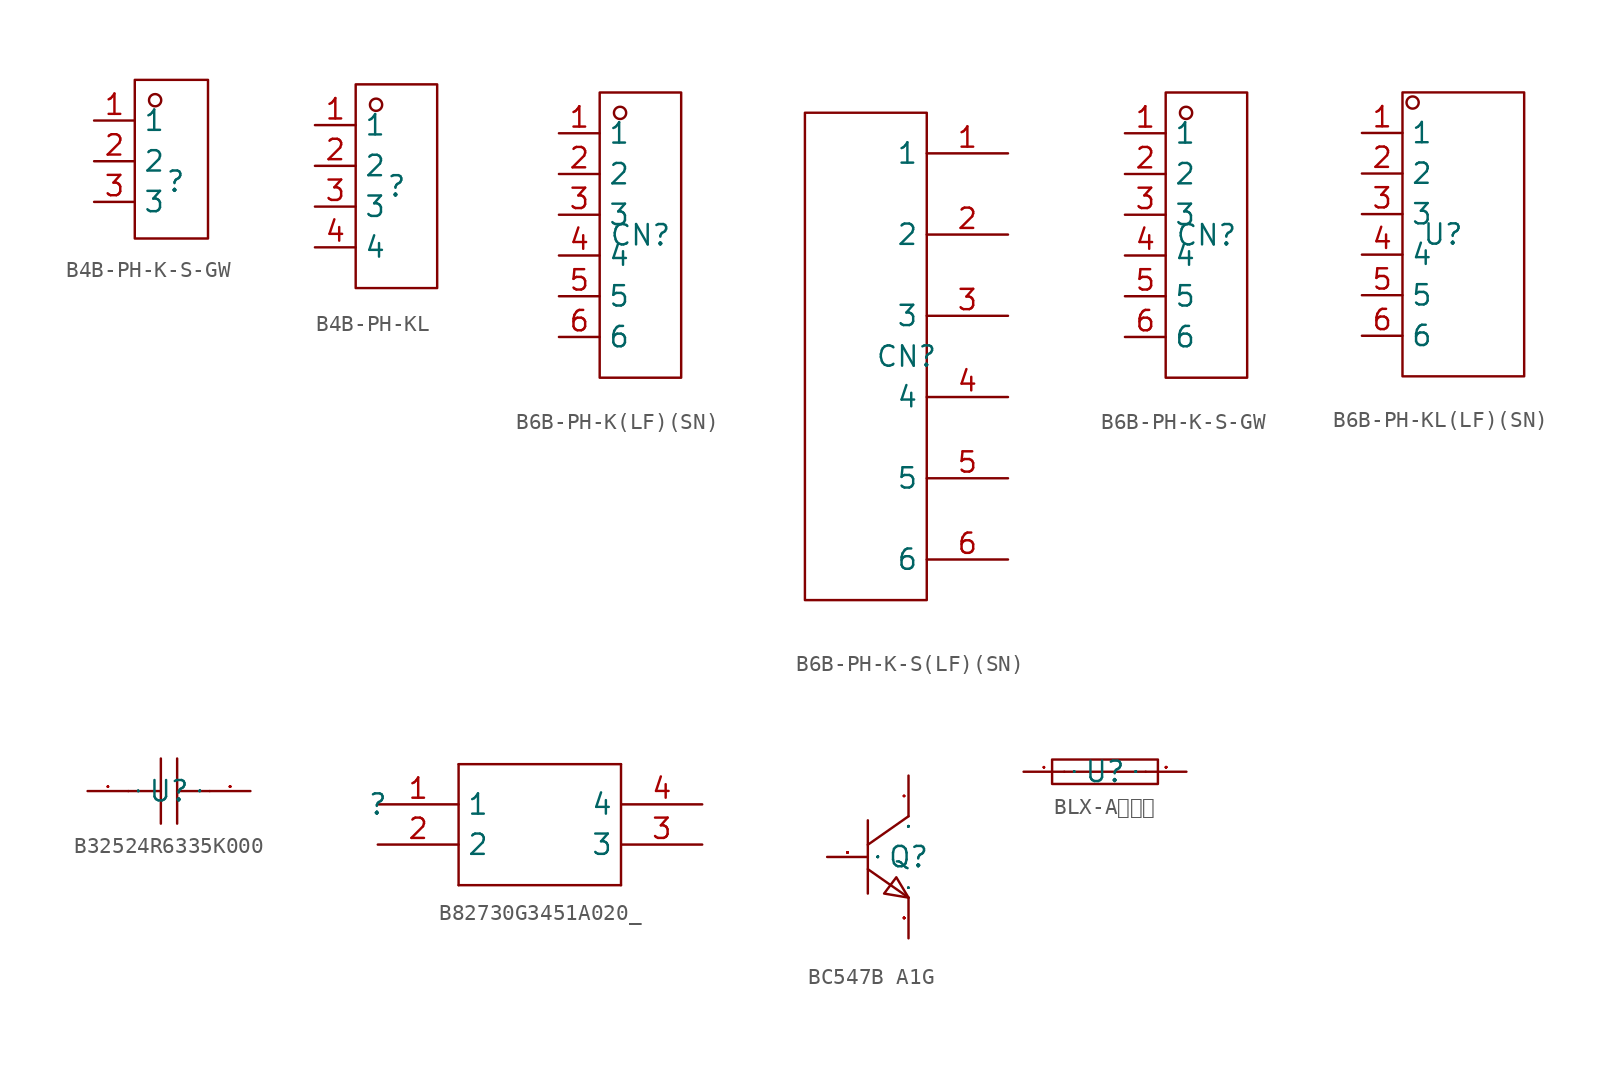
<source format=kicad_sym>
(kicad_symbol_lib
  (version 20231120)
  (generator "kicad_symbol_editor")
  (generator_version "8.0")
  (symbol "B4B-PH-K-S-GW"
    (property "Reference" ""
      (at 0 0 0)
      (effects (font (size 1.27 1.27))))
    (property "Value" ""
      (at 0 0 0)
      (effects (font (size 1.27 1.27))))
    (symbol "B4B-PH-K-S-GW_1_0"
      (rectangle (start -2.54 6.35) (end 2.032 -3.556) (stroke (width 0) (type default)) (fill (type none)))
      (circle (center -1.27 5.08) (radius 0.381) (stroke (width 0) (type default)) (fill (type none)))
      (pin unspecified line (at -5.08 3.81 0) (length 2.54) (name "1" (effects (font (size 1.27 1.27)))) (number "1" (effects (font (size 1.27 1.27)))))
      (pin unspecified line (at -5.08 1.27 0) (length 2.54) (name "2" (effects (font (size 1.27 1.27)))) (number "2" (effects (font (size 1.27 1.27)))))
      (pin unspecified line (at -5.08 -1.27 0) (length 2.54) (name "3" (effects (font (size 1.27 1.27)))) (number "3" (effects (font (size 1.27 1.27)))))))
  (symbol "B4B-PH-KL"
    (property "Reference" ""
      (at 0 0 0)
      (effects (font (size 1.27 1.27))))
    (property "Value" ""
      (at 0 0 0)
      (effects (font (size 1.27 1.27))))
    (symbol "B4B-PH-KL_1_0"
      (rectangle (start -2.54 -6.35) (end 2.54 6.35) (stroke (width 0) (type default)) (fill (type none)))
      (circle (center -1.27 5.08) (radius 0.381) (stroke (width 0) (type default)) (fill (type none)))
      (pin unspecified line (at -5.08 3.81 0) (length 2.54) (name "1" (effects (font (size 1.27 1.27)))) (number "1" (effects (font (size 1.27 1.27)))))
      (pin unspecified line (at -5.08 1.27 0) (length 2.54) (name "2" (effects (font (size 1.27 1.27)))) (number "2" (effects (font (size 1.27 1.27)))))
      (pin unspecified line (at -5.08 -1.27 0) (length 2.54) (name "3" (effects (font (size 1.27 1.27)))) (number "3" (effects (font (size 1.27 1.27)))))
      (pin unspecified line (at -5.08 -3.81 0) (length 2.54) (name "4" (effects (font (size 1.27 1.27)))) (number "4" (effects (font (size 1.27 1.27)))))))
  (symbol "B6B-PH-K(LF)(SN)"
    (property "Reference" "CN"
      (at 0 0 0)
      (effects (font (size 1.27 1.27))))
    (property "Value" ""
      (at 0 0 0)
      (effects (font (size 1.27 1.27))))
    (symbol "B6B-PH-K(LF)(SN)_1_0"
      (rectangle (start -2.54 -8.89) (end 2.54 8.89) (stroke (width 0) (type default)) (fill (type none)))
      (circle (center -1.27 7.62) (radius 0.381) (stroke (width 0) (type default)) (fill (type none)))
      (pin unspecified line (at -5.08 6.35 0) (length 2.54) (name "1" (effects (font (size 1.27 1.27)))) (number "1" (effects (font (size 1.27 1.27)))))
      (pin unspecified line (at -5.08 3.81 0) (length 2.54) (name "2" (effects (font (size 1.27 1.27)))) (number "2" (effects (font (size 1.27 1.27)))))
      (pin unspecified line (at -5.08 1.27 0) (length 2.54) (name "3" (effects (font (size 1.27 1.27)))) (number "3" (effects (font (size 1.27 1.27)))))
      (pin unspecified line (at -5.08 -1.27 0) (length 2.54) (name "4" (effects (font (size 1.27 1.27)))) (number "4" (effects (font (size 1.27 1.27)))))
      (pin unspecified line (at -5.08 -3.81 0) (length 2.54) (name "5" (effects (font (size 1.27 1.27)))) (number "5" (effects (font (size 1.27 1.27)))))
      (pin unspecified line (at -5.08 -6.35 0) (length 2.54) (name "6" (effects (font (size 1.27 1.27)))) (number "6" (effects (font (size 1.27 1.27)))))))
  (symbol "B6B-PH-K-S(LF)(SN)"
    (property "Reference" "CN"
      (at 0 0 0)
      (effects (font (size 1.27 1.27))))
    (property "Value" ""
      (at 0 0 0)
      (effects (font (size 1.27 1.27))))
    (symbol "B6B-PH-K-S(LF)(SN)_1_0"
      (rectangle (start -6.35 -15.24) (end 1.27 15.24) (stroke (width 0) (type default)) (fill (type none)))
      (pin input line (at 6.35 12.7 180) (length 5.08) (name "1" (effects (font (size 1.27 1.27)))) (number "1" (effects (font (size 1.27 1.27)))))
      (pin input line (at 6.35 7.62 180) (length 5.08) (name "2" (effects (font (size 1.27 1.27)))) (number "2" (effects (font (size 1.27 1.27)))))
      (pin input line (at 6.35 2.54 180) (length 5.08) (name "3" (effects (font (size 1.27 1.27)))) (number "3" (effects (font (size 1.27 1.27)))))
      (pin input line (at 6.35 -2.54 180) (length 5.08) (name "4" (effects (font (size 1.27 1.27)))) (number "4" (effects (font (size 1.27 1.27)))))
      (pin input line (at 6.35 -7.62 180) (length 5.08) (name "5" (effects (font (size 1.27 1.27)))) (number "5" (effects (font (size 1.27 1.27)))))
      (pin input line (at 6.35 -12.7 180) (length 5.08) (name "6" (effects (font (size 1.27 1.27)))) (number "6" (effects (font (size 1.27 1.27)))))))
  (symbol "B6B-PH-K-S-GW"
    (property "Reference" "CN"
      (at 0 0 0)
      (effects (font (size 1.27 1.27))))
    (property "Value" ""
      (at 0 0 0)
      (effects (font (size 1.27 1.27))))
    (symbol "B6B-PH-K-S-GW_1_0"
      (rectangle (start -2.54 -8.89) (end 2.54 8.89) (stroke (width 0) (type default)) (fill (type none)))
      (circle (center -1.27 7.62) (radius 0.381) (stroke (width 0) (type default)) (fill (type none)))
      (pin unspecified line (at -5.08 6.35 0) (length 2.54) (name "1" (effects (font (size 1.27 1.27)))) (number "1" (effects (font (size 1.27 1.27)))))
      (pin unspecified line (at -5.08 3.81 0) (length 2.54) (name "2" (effects (font (size 1.27 1.27)))) (number "2" (effects (font (size 1.27 1.27)))))
      (pin unspecified line (at -5.08 1.27 0) (length 2.54) (name "3" (effects (font (size 1.27 1.27)))) (number "3" (effects (font (size 1.27 1.27)))))
      (pin unspecified line (at -5.08 -1.27 0) (length 2.54) (name "4" (effects (font (size 1.27 1.27)))) (number "4" (effects (font (size 1.27 1.27)))))
      (pin unspecified line (at -5.08 -3.81 0) (length 2.54) (name "5" (effects (font (size 1.27 1.27)))) (number "5" (effects (font (size 1.27 1.27)))))
      (pin unspecified line (at -5.08 -6.35 0) (length 2.54) (name "6" (effects (font (size 1.27 1.27)))) (number "6" (effects (font (size 1.27 1.27)))))))
  (symbol "B6B-PH-KL(LF)(SN)"
    (property "Reference" "U"
      (at 0 0 0)
      (effects (font (size 1.27 1.27))))
    (property "Value" ""
      (at 0 0 0)
      (effects (font (size 1.27 1.27))))
    (symbol "B6B-PH-KL(LF)(SN)_1_0"
      (rectangle (start -2.54 -8.89) (end 5.08 8.89) (stroke (width 0) (type default)) (fill (type none)))
      (circle (center -1.905 8.255) (radius 0.381) (stroke (width 0) (type default)) (fill (type none)))
      (pin unspecified line (at -5.08 6.35 0) (length 2.54) (name "1" (effects (font (size 1.27 1.27)))) (number "1" (effects (font (size 1.27 1.27)))))
      (pin unspecified line (at -5.08 3.81 0) (length 2.54) (name "2" (effects (font (size 1.27 1.27)))) (number "2" (effects (font (size 1.27 1.27)))))
      (pin unspecified line (at -5.08 1.27 0) (length 2.54) (name "3" (effects (font (size 1.27 1.27)))) (number "3" (effects (font (size 1.27 1.27)))))
      (pin unspecified line (at -5.08 -1.27 0) (length 2.54) (name "4" (effects (font (size 1.27 1.27)))) (number "4" (effects (font (size 1.27 1.27)))))
      (pin unspecified line (at -5.08 -3.81 0) (length 2.54) (name "5" (effects (font (size 1.27 1.27)))) (number "5" (effects (font (size 1.27 1.27)))))
      (pin unspecified line (at -5.08 -6.35 0) (length 2.54) (name "6" (effects (font (size 1.27 1.27)))) (number "6" (effects (font (size 1.27 1.27)))))))
  (symbol "B32524R6335K000"
    (property "Reference" "U"
      (at 0 0 0)
      (effects (font (size 1.27 1.27))))
    (symbol "B32524R6335K000_1_0"
      (polyline (pts (xy -0.508 -2.032) (xy -0.508 2.032)) (stroke (width 0) (type default)) (fill (type none)))
      (polyline (pts (xy -0.508 0) (xy -2.54 0)) (stroke (width 0) (type default)) (fill (type none)))
      (polyline (pts (xy 0.508 2.032) (xy 0.508 -2.032)) (stroke (width 0) (type default)) (fill (type none)))
      (polyline (pts (xy 2.54 0) (xy 0.508 0)) (stroke (width 0) (type default)) (fill (type none)))
      (pin unspecified line (at -5.08 0 0) (length 2.54) (name "1" (effects (font (size 0.025 0.025)))) (number "1" (effects (font (size 0.025 0.025)))))
      (pin unspecified line (at 5.08 0 180) (length 2.54) (name "2" (effects (font (size 0.025 0.025)))) (number "2" (effects (font (size 0.025 0.025)))))))
  (symbol "B82730G3451A020_"
    (property "Reference" ""
      (at 0 0 0)
      (effects (font (size 1.27 1.27))))
    (property "Value" ""
      (at 0 0 0)
      (effects (font (size 1.27 1.27))))
    (symbol "B82730G3451A020__1_0"
      (polyline (pts (xy 5.055 2.515) (xy 5.055 -5.055)) (stroke (width 0) (type default)) (fill (type none)))
      (polyline (pts (xy 5.055 2.515) (xy 15.215 2.515)) (stroke (width 0) (type default)) (fill (type none)))
      (polyline (pts (xy 15.215 -5.055) (xy 5.055 -5.055)) (stroke (width 0) (type default)) (fill (type none)))
      (polyline (pts (xy 15.215 -5.055) (xy 15.215 2.515)) (stroke (width 0) (type default)) (fill (type none)))
      (pin bidirectional line (at 0 0 0) (length 5.055) (name "1" (effects (font (size 1.27 1.27)))) (number "1" (effects (font (size 1.27 1.27)))))
      (pin bidirectional line (at 0 -2.515 0) (length 5.055) (name "2" (effects (font (size 1.27 1.27)))) (number "2" (effects (font (size 1.27 1.27)))))
      (pin bidirectional line (at 20.295 -2.515 180) (length 5.055) (name "3" (effects (font (size 1.27 1.27)))) (number "3" (effects (font (size 1.27 1.27)))))
      (pin bidirectional line (at 20.295 0 180) (length 5.055) (name "4" (effects (font (size 1.27 1.27)))) (number "4" (effects (font (size 1.27 1.27)))))))
  (symbol "BC547B A1G"
    (property "Reference" "Q"
      (at 0 0 0)
      (effects (font (size 1.27 1.27))))
    (property "Value" ""
      (at 0 0 0)
      (effects (font (size 1.27 1.27))))
    (symbol "BC547B A1G_1_0"
      (polyline (pts (xy -2.54 -0.762) (xy 0 -2.54)) (stroke (width 0) (type default)) (fill (type none)))
      (polyline (pts (xy -2.54 2.286) (xy -2.54 -2.286)) (stroke (width 0) (type default)) (fill (type none)))
      (polyline (pts (xy 0 2.54) (xy -2.54 0.762)) (stroke (width 0) (type default)) (fill (type none)))
      (polyline (pts (xy 0 -2.54) (xy -0.762 -1.27) (xy -0.762 -1.27) (xy -1.524 -2.286) (xy -1.524 -2.286) (xy 0 -2.54)) (stroke (width 0) (type default)) (fill (type none)))
      (pin input line (at 0 5.08 270) (length 2.54) (name "C" (effects (font (size 0.025 0.025)))) (number "1" (effects (font (size 0.025 0.025)))))
      (pin input line (at -5.08 0 0) (length 2.54) (name "B" (effects (font (size 0.025 0.025)))) (number "2" (effects (font (size 0.025 0.025)))))
      (pin input line (at 0 -5.08 90) (length 2.54) (name "E" (effects (font (size 0.025 0.025)))) (number "3" (effects (font (size 0.025 0.025)))))))
  (symbol "BLX-A保险座"
    (property "Reference" "U"
      (at 0 0 0)
      (effects (font (size 1.27 1.27))))
    (property "Value" ""
      (at 0 0 0)
      (effects (font (size 1.27 1.27))))
    (symbol "BLX-A保险座_1_0"
      (rectangle (start -3.302 -0.762) (end 3.302 0.762) (stroke (width 0) (type default)) (fill (type none)))
      (polyline (pts (xy -2.54 0) (xy 2.54 0)) (stroke (width 0) (type default)) (fill (type none)))
      (pin input line (at -5.08 0 0) (length 2.54) (name "1" (effects (font (size 0.025 0.025)))) (number "1" (effects (font (size 0.025 0.025)))))
      (pin input line (at 5.08 0 180) (length 2.54) (name "2" (effects (font (size 0.025 0.025)))) (number "2" (effects (font (size 0.025 0.025))))))))
</source>
